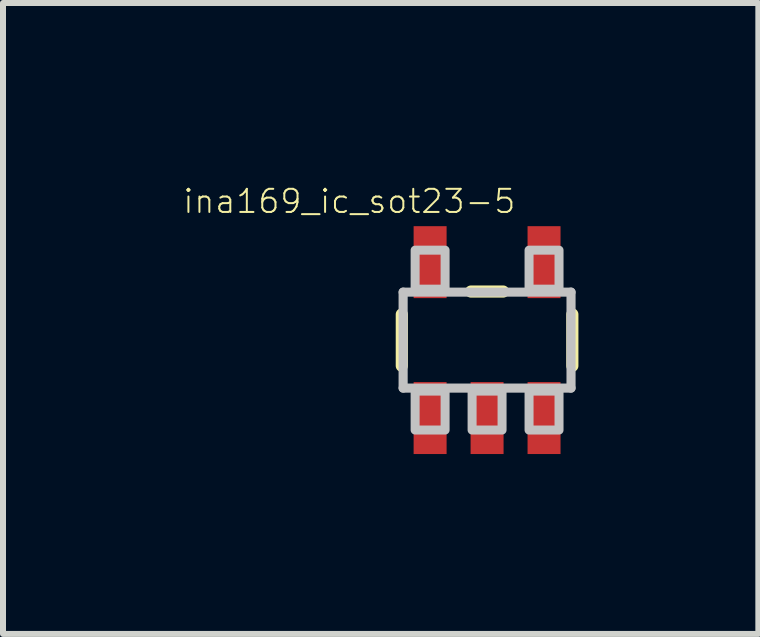
<source format=kicad_pcb>
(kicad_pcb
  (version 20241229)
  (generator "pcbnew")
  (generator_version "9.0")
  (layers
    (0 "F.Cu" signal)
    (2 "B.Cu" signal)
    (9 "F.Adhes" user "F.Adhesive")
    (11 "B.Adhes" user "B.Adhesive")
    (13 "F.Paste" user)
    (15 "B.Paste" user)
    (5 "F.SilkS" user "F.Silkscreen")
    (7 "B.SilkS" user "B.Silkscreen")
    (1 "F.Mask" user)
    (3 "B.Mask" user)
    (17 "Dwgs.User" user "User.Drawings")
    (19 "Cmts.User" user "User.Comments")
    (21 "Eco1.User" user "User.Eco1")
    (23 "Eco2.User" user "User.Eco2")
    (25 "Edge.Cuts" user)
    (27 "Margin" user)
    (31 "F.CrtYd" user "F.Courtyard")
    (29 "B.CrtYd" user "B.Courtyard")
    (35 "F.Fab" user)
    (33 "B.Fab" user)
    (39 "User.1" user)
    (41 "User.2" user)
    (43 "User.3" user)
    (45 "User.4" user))
  (footprint "ina169_ic_sot23-5"
    (layer "F.Cu")
    (at 5.073 2.622)
    (property "Reference" "ina169_ic_sot23-5" (at 0.5 -2.54 0) (layer "F.SilkS") (effects (font (size 0.386 0.386) (thickness 0.033)) (justify right top)))
    (attr through_hole)
    (fp_line (start -1.422 0.429) (end -1.422 -0.429) (stroke (width 0.203) (type solid)) (layer "F.SilkS"))
    (fp_line (start -0.268 -0.81) (end 0.268 -0.81) (stroke (width 0.203) (type solid)) (layer "F.SilkS"))
    (fp_line (start 1.422 -0.429) (end 1.422 0.429) (stroke (width 0.203) (type solid)) (layer "F.SilkS"))
    (fp_line (start -1.4 -0.8) (end -1.4 0.8) (stroke (width 0.152) (type solid)) (layer "Dwgs.User"))
    (fp_line (start -1.4 -0.8) (end 1.4 -0.8) (stroke (width 0.152) (type solid)) (layer "Dwgs.User"))
    (fp_line (start 1.4 -0.8) (end 1.4 0.8) (stroke (width 0.152) (type solid)) (layer "Dwgs.User"))
    (fp_line (start 1.4 0.8) (end -1.4 0.8) (stroke (width 0.152) (type solid)) (layer "Dwgs.User"))
    (fp_poly (pts (xy -1.2 -0.85) (xy -0.7 -0.85) (xy -0.7 -1.5) (xy -1.2 -1.5)) (stroke (width 0.15) (type solid)) (fill no) (layer "Dwgs.User"))
    (fp_poly (pts (xy -1.2 1.5) (xy -0.7 1.5) (xy -0.7 0.85) (xy -1.2 0.85)) (stroke (width 0.15) (type solid)) (fill no) (layer "Dwgs.User"))
    (fp_poly (pts (xy -0.25 1.5) (xy 0.25 1.5) (xy 0.25 0.85) (xy -0.25 0.85)) (stroke (width 0.15) (type solid)) (fill no) (layer "Dwgs.User"))
    (fp_poly (pts (xy 0.7 -0.85) (xy 1.2 -0.85) (xy 1.2 -1.5) (xy 0.7 -1.5)) (stroke (width 0.15) (type solid)) (fill no) (layer "Dwgs.User"))
    (fp_poly (pts (xy 0.7 1.5) (xy 1.2 1.5) (xy 1.2 0.85) (xy 0.7 0.85)) (stroke (width 0.15) (type solid)) (fill no) (layer "Dwgs.User"))
    (pad "1" smd rect (at -0.95 1.3) (size 0.55 1.2) (layers "F.Cu" "F.Mask" "F.Paste"))
    (pad "2" smd rect (at 0 1.3) (size 0.55 1.2) (layers "F.Cu" "F.Mask" "F.Paste"))
    (pad "3" smd rect (at 0.95 1.3) (size 0.55 1.2) (layers "F.Cu" "F.Mask" "F.Paste"))
    (pad "4" smd rect (at 0.95 -1.3) (size 0.55 1.2) (layers "F.Cu" "F.Mask" "F.Paste"))
    (pad "5" smd rect (at -0.95 -1.3) (size 0.55 1.2) (layers "F.Cu" "F.Mask" "F.Paste")))
  (gr_rect
    (start -3 -3)
    (end 9.597 7.522)
    (stroke (width 0.1) (type default))
    (fill no)
    (layer "Edge.Cuts")))
</source>
